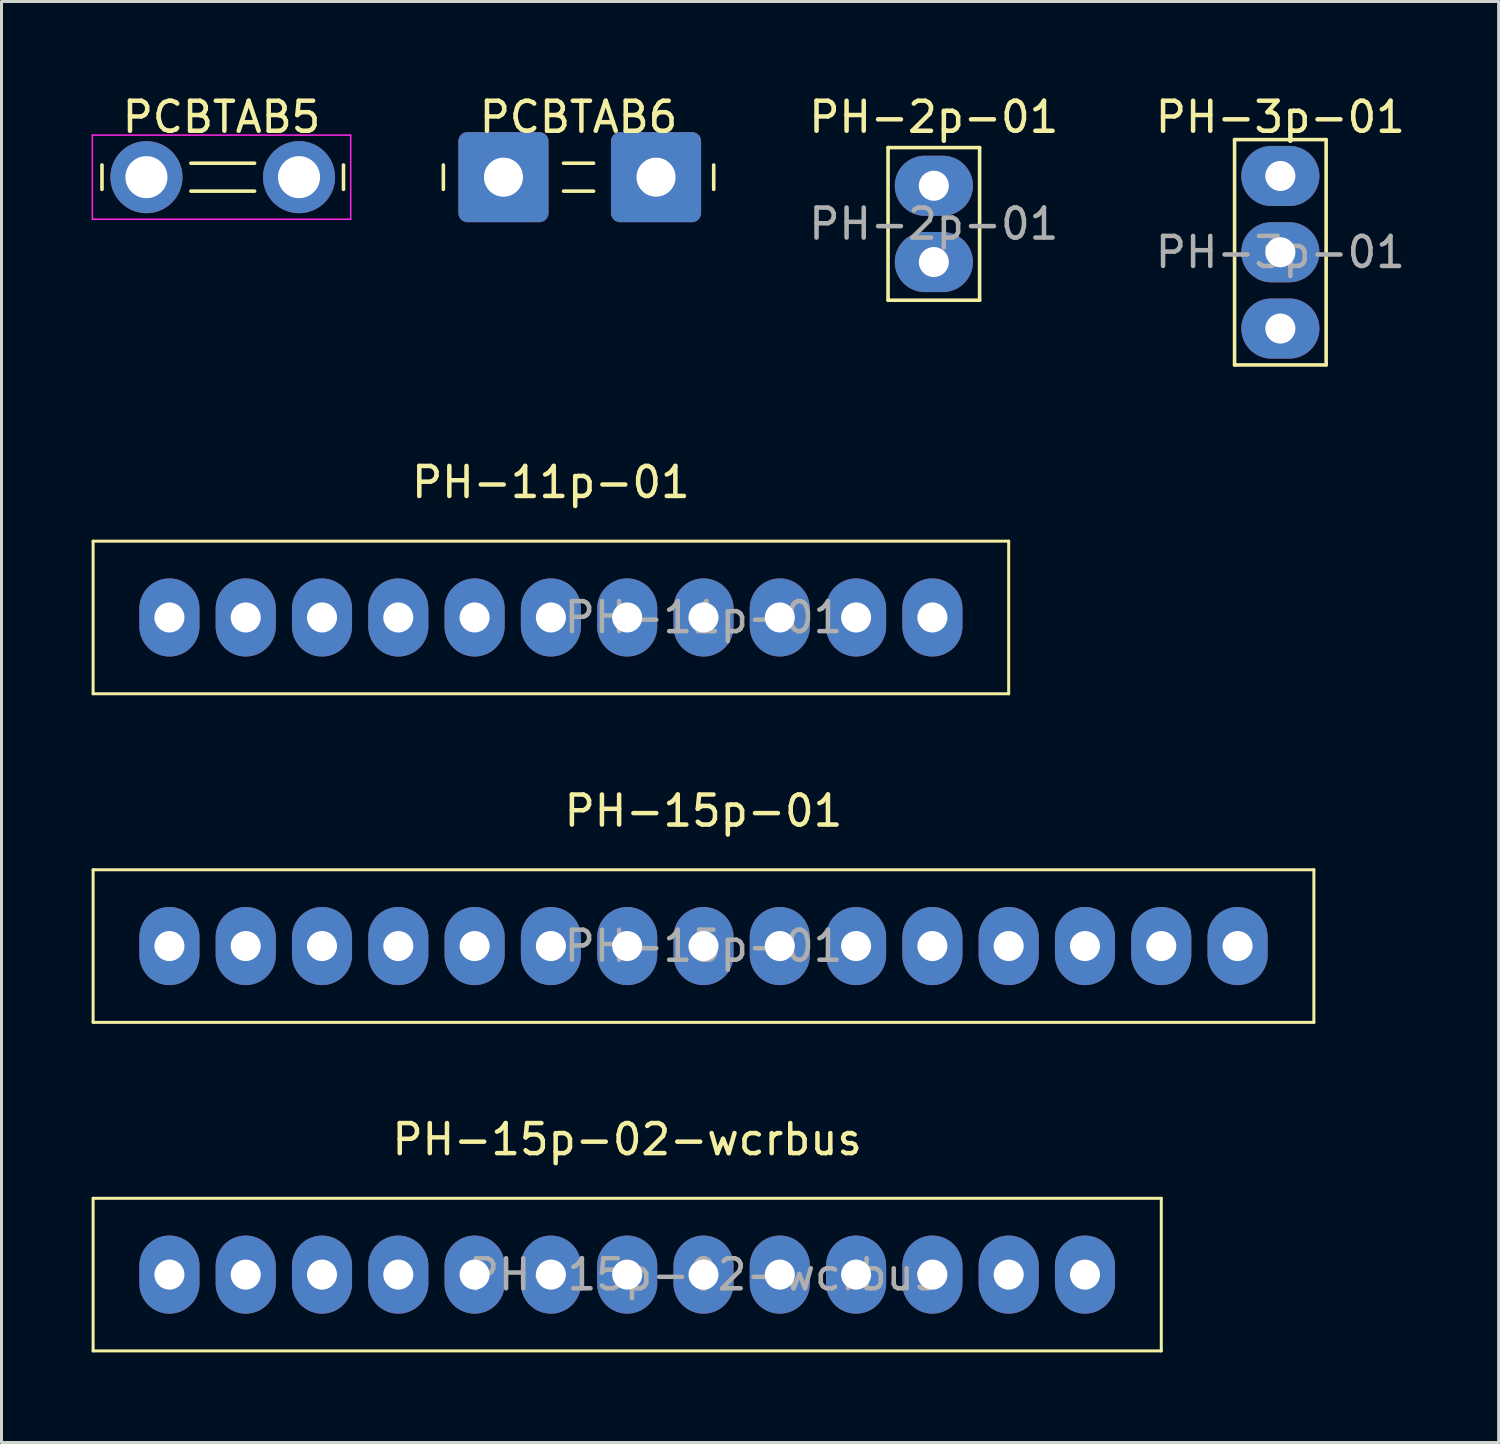
<source format=kicad_pcb>
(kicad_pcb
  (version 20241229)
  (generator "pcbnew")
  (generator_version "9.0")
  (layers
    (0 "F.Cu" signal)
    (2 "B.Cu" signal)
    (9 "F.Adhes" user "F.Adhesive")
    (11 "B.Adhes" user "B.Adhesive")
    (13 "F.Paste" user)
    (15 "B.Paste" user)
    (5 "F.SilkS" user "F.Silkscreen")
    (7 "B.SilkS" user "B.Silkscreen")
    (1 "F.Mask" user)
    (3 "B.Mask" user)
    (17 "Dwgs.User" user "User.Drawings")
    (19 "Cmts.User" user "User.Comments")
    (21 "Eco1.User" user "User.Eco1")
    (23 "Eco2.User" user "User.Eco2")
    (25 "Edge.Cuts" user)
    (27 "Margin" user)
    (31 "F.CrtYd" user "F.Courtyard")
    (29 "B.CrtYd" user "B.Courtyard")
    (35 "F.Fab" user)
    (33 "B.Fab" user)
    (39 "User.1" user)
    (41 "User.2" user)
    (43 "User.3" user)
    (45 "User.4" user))
  (footprint "PH-11p-01"
    (layer "F.Cu")
    (at 15.29 17.506)
    (property "Reference" "PH-11p-01" (at 0 -4.5 0) (layer "F.SilkS") (effects (font (size 1 1) (thickness 0.15))))
    (attr through_hole)
    (fp_line (start -15.24 -2.54) (end 15.24 -2.54) (stroke (width 0.1) (type default)) (layer "F.SilkS"))
    (fp_line (start -15.24 2.54) (end -15.24 -2.54) (stroke (width 0.1) (type default)) (layer "F.SilkS"))
    (fp_line (start 15.24 -2.54) (end 15.24 2.54) (stroke (width 0.1) (type default)) (layer "F.SilkS"))
    (fp_line (start 15.24 2.54) (end -15.24 2.54) (stroke (width 0.1) (type default)) (layer "F.SilkS"))
    (fp_text user "${REFERENCE}" (at 5.08 0 180) (layer "F.Fab") (effects (font (size 1 1) (thickness 0.15))))
    (pad "1" thru_hole oval (at -12.7 0 90) (size 2.6 2) (drill 1) (layers "*.Cu" "*.Mask"))
    (pad "2" thru_hole oval (at -10.16 0 90) (size 2.6 2) (drill 1) (layers "*.Cu" "*.Mask"))
    (pad "3" thru_hole oval (at -7.62 0 90) (size 2.6 2) (drill 1) (layers "*.Cu" "*.Mask"))
    (pad "4" thru_hole oval (at -5.08 0 90) (size 2.6 2) (drill 1) (layers "*.Cu" "*.Mask"))
    (pad "5" thru_hole oval (at -2.54 0 90) (size 2.6 2) (drill 1) (layers "*.Cu" "*.Mask"))
    (pad "6" thru_hole oval (at 0 0 90) (size 2.6 2) (drill 1) (layers "*.Cu" "*.Mask"))
    (pad "7" thru_hole oval (at 2.54 0 90) (size 2.6 2) (drill 1) (layers "*.Cu" "*.Mask"))
    (pad "8" thru_hole oval (at 5.08 0 90) (size 2.6 2) (drill 1) (layers "*.Cu" "*.Mask"))
    (pad "9" thru_hole oval (at 7.62 0 90) (size 2.6 2) (drill 1) (layers "*.Cu" "*.Mask"))
    (pad "10" thru_hole oval (at 10.16 0 90) (size 2.6 2) (drill 1) (layers "*.Cu" "*.Mask"))
    (pad "11" thru_hole oval (at 12.7 0 90) (size 2.6 2) (drill 1) (layers "*.Cu" "*.Mask")))
  (footprint "PH-15p-02-wcrbus"
    (layer "F.Cu")
    (at 17.83 39.383)
    (property "Reference" "PH-15p-02-wcrbus" (at 0 -4.5 0) (layer "F.SilkS") (effects (font (size 1 1) (thickness 0.15))))
    (attr through_hole)
    (fp_line (start -17.78 -2.54) (end 17.78 -2.54) (stroke (width 0.1) (type default)) (layer "F.SilkS"))
    (fp_line (start -17.78 2.54) (end -17.78 -2.54) (stroke (width 0.1) (type default)) (layer "F.SilkS"))
    (fp_line (start 17.78 -2.54) (end 17.78 2.54) (stroke (width 0.1) (type default)) (layer "F.SilkS"))
    (fp_line (start 17.78 2.54) (end -17.78 2.54) (stroke (width 0.1) (type default)) (layer "F.SilkS"))
    (fp_text user "${REFERENCE}" (at 2.54 0 180) (layer "F.Fab") (effects (font (size 1 1) (thickness 0.15))))
    (pad "1" thru_hole oval (at -15.24 0 90) (size 2.6 2) (drill 1) (layers "*.Cu" "*.Mask"))
    (pad "2" thru_hole oval (at -12.7 0 90) (size 2.6 2) (drill 1) (layers "*.Cu" "*.Mask"))
    (pad "3" thru_hole oval (at -10.16 0 90) (size 2.6 2) (drill 1) (layers "*.Cu" "*.Mask"))
    (pad "4" thru_hole oval (at -7.62 0 90) (size 2.6 2) (drill 1) (layers "*.Cu" "*.Mask"))
    (pad "5" thru_hole oval (at -5.08 0 90) (size 2.6 2) (drill 1) (layers "*.Cu" "*.Mask"))
    (pad "8" thru_hole oval (at -2.54 0 90) (size 2.6 2) (drill 1) (layers "*.Cu" "*.Mask"))
    (pad "13" thru_hole oval (at 0 0 90) (size 2.6 2) (drill 1) (layers "*.Cu" "*.Mask"))
    (pad "14" thru_hole oval (at 2.54 0 90) (size 2.6 2) (drill 1) (layers "*.Cu" "*.Mask"))
    (pad "15" thru_hole oval (at 5.08 0 90) (size 2.6 2) (drill 1) (layers "*.Cu" "*.Mask"))
    (pad "17" thru_hole oval (at 7.62 0 90) (size 2.6 2) (drill 1) (layers "*.Cu" "*.Mask"))
    (pad "18" thru_hole oval (at 10.16 0 90) (size 2.6 2) (drill 1) (layers "*.Cu" "*.Mask"))
    (pad "20" thru_hole oval (at 12.7 0 90) (size 2.6 2) (drill 1) (layers "*.Cu" "*.Mask"))
    (pad "21" thru_hole oval (at 15.24 0 90) (size 2.6 2) (drill 1) (layers "*.Cu" "*.Mask")))
  (footprint "PCBTAB5"
    (layer "F.Cu")
    (at 1.825 2.848)
    (property "Reference" "PCBTAB5" (at 2.5 -2 0) (layer "F.SilkS") (effects (font (size 1 1) (thickness 0.15))))
    (attr through_hole)
    (fp_line (start -1.48 -0.405) (end -1.48 0.405) (stroke (width 0.12) (type solid)) (layer "F.SilkS"))
    (fp_line (start 1.48 0.465) (end 3.6 0.465) (stroke (width 0.12) (type solid)) (layer "F.SilkS"))
    (fp_line (start 3.6 -0.465) (end 1.48 -0.465) (stroke (width 0.12) (type solid)) (layer "F.SilkS"))
    (fp_line (start 6.56 -0.405) (end 6.56 0.405) (stroke (width 0.12) (type solid)) (layer "F.SilkS"))
    (fp_line (start -1.8 -1.4) (end -1.8 1.4) (stroke (width 0.05) (type solid)) (layer "F.CrtYd"))
    (fp_line (start -1.8 -1.4) (end 6.8 -1.4) (stroke (width 0.05) (type solid)) (layer "F.CrtYd"))
    (fp_line (start -1.8 1.4) (end 6.8 1.4) (stroke (width 0.05) (type solid)) (layer "F.CrtYd"))
    (fp_line (start 6.8 -1.4) (end 6.8 1.4) (stroke (width 0.05) (type solid)) (layer "F.CrtYd"))
    (pad "1" thru_hole circle (at 0 0) (size 2.4 2.4) (drill 1.4) (layers "*.Cu" "*.Mask"))
    (pad "1" thru_hole circle (at 5.08 0) (size 2.4 2.4) (drill 1.4) (layers "*.Cu" "*.Mask")))
  (footprint "PCBTAB6"
    (layer "F.Cu")
    (at 16.21 2.848)
    (property "Reference" "PCBTAB6" (at 0 -2 0) (layer "F.SilkS") (effects (font (size 1 1) (thickness 0.15))))
    (attr through_hole)
    (fp_line (start -4.5 -0.405) (end -4.5 0.405) (stroke (width 0.12) (type solid)) (layer "F.SilkS"))
    (fp_line (start -0.5 0.465) (end 0.5 0.465) (stroke (width 0.12) (type solid)) (layer "F.SilkS"))
    (fp_line (start 0.5 -0.465) (end -0.5 -0.465) (stroke (width 0.12) (type solid)) (layer "F.SilkS"))
    (fp_line (start 4.5 -0.405) (end 4.5 0.405) (stroke (width 0.12) (type solid)) (layer "F.SilkS"))
    (pad "1" thru_hole roundrect (at -2.5 0) (size 3 3) (drill 1.3) (layers "*.Cu" "*.Mask") (roundrect_rratio 0.1))
    (pad "1" thru_hole roundrect (at 2.58 0) (size 3 3) (drill 1.3) (layers "*.Cu" "*.Mask") (roundrect_rratio 0.1)))
  (footprint "PH-2p-01"
    (layer "F.Cu")
    (at 28.038 4.404)
    (property "Reference" "PH-2p-01" (at 0 -3.556 0) (layer "F.SilkS") (effects (font (size 1 1) (thickness 0.15))))
    (attr through_hole)
    (fp_line (start -1.524 -2.54) (end -1.524 2.54) (stroke (width 0.12) (type default)) (layer "F.SilkS"))
    (fp_line (start -1.524 -2.54) (end 1.524 -2.54) (stroke (width 0.12) (type solid)) (layer "F.SilkS"))
    (fp_line (start -1.524 2.54) (end 1.524 2.54) (stroke (width 0.12) (type solid)) (layer "F.SilkS"))
    (fp_line (start 1.524 -2.54) (end 1.524 2.54) (stroke (width 0.12) (type default)) (layer "F.SilkS"))
    (fp_text user "${REFERENCE}" (at 0 0 180) (layer "F.Fab") (effects (font (size 1 1) (thickness 0.15))))
    (pad "1" thru_hole oval (at 0 -1.27) (size 2.6 2) (drill 1) (layers "*.Cu" "*.Mask"))
    (pad "2" thru_hole oval (at 0 1.27) (size 2.6 2) (drill 1) (layers "*.Cu" "*.Mask")))
  (footprint "PH-3p-01"
    (layer "F.Cu")
    (at 39.574 5.348)
    (property "Reference" "PH-3p-01" (at 0 -4.5 0) (layer "F.SilkS") (effects (font (size 1 1) (thickness 0.15))))
    (attr through_hole)
    (fp_line (start -1.524 -3.75) (end -1.524 3.75) (stroke (width 0.12) (type default)) (layer "F.SilkS"))
    (fp_line (start -1.524 -3.75) (end 1.524 -3.75) (stroke (width 0.12) (type solid)) (layer "F.SilkS"))
    (fp_line (start -1.524 3.75) (end 1.524 3.75) (stroke (width 0.12) (type solid)) (layer "F.SilkS"))
    (fp_line (start 1.524 -3.75) (end 1.524 3.75) (stroke (width 0.12) (type default)) (layer "F.SilkS"))
    (fp_text user "${REFERENCE}" (at 0 0 180) (layer "F.Fab") (effects (font (size 1 1) (thickness 0.15))))
    (pad "1" thru_hole oval (at 0 -2.54) (size 2.6 2) (drill 1) (layers "*.Cu" "*.Mask"))
    (pad "2" thru_hole oval (at 0 0) (size 2.6 2) (drill 1) (layers "*.Cu" "*.Mask"))
    (pad "3" thru_hole oval (at 0 2.54) (size 2.6 2) (drill 1) (layers "*.Cu" "*.Mask")))
  (footprint "PH-15p-01"
    (layer "F.Cu")
    (at 20.37 28.445)
    (property "Reference" "PH-15p-01" (at 0 -4.5 0) (layer "F.SilkS") (effects (font (size 1 1) (thickness 0.15))))
    (attr through_hole)
    (fp_line (start -20.32 -2.54) (end 20.32 -2.54) (stroke (width 0.1) (type default)) (layer "F.SilkS"))
    (fp_line (start -20.32 2.54) (end -20.32 -2.54) (stroke (width 0.1) (type default)) (layer "F.SilkS"))
    (fp_line (start 20.32 -2.54) (end 20.32 2.54) (stroke (width 0.1) (type default)) (layer "F.SilkS"))
    (fp_line (start 20.32 2.54) (end -20.32 2.54) (stroke (width 0.1) (type default)) (layer "F.SilkS"))
    (fp_text user "${REFERENCE}" (at 0 0 180) (layer "F.Fab") (effects (font (size 1 1) (thickness 0.15))))
    (pad "1" thru_hole oval (at -17.78 0 90) (size 2.6 2) (drill 1) (layers "*.Cu" "*.Mask"))
    (pad "2" thru_hole oval (at -15.24 0 90) (size 2.6 2) (drill 1) (layers "*.Cu" "*.Mask"))
    (pad "3" thru_hole oval (at -12.7 0 90) (size 2.6 2) (drill 1) (layers "*.Cu" "*.Mask"))
    (pad "4" thru_hole oval (at -10.16 0 90) (size 2.6 2) (drill 1) (layers "*.Cu" "*.Mask"))
    (pad "5" thru_hole oval (at -7.62 0 90) (size 2.6 2) (drill 1) (layers "*.Cu" "*.Mask"))
    (pad "6" thru_hole oval (at -5.08 0 90) (size 2.6 2) (drill 1) (layers "*.Cu" "*.Mask"))
    (pad "7" thru_hole oval (at -2.54 0 90) (size 2.6 2) (drill 1) (layers "*.Cu" "*.Mask"))
    (pad "8" thru_hole oval (at 0 0 90) (size 2.6 2) (drill 1) (layers "*.Cu" "*.Mask"))
    (pad "9" thru_hole oval (at 2.54 0 90) (size 2.6 2) (drill 1) (layers "*.Cu" "*.Mask"))
    (pad "10" thru_hole oval (at 5.08 0 90) (size 2.6 2) (drill 1) (layers "*.Cu" "*.Mask"))
    (pad "11" thru_hole oval (at 7.62 0 90) (size 2.6 2) (drill 1) (layers "*.Cu" "*.Mask"))
    (pad "12" thru_hole oval (at 10.16 0 90) (size 2.6 2) (drill 1) (layers "*.Cu" "*.Mask"))
    (pad "13" thru_hole oval (at 12.7 0 90) (size 2.6 2) (drill 1) (layers "*.Cu" "*.Mask"))
    (pad "14" thru_hole oval (at 15.24 0 90) (size 2.6 2) (drill 1) (layers "*.Cu" "*.Mask"))
    (pad "15" thru_hole oval (at 17.78 0 90) (size 2.6 2) (drill 1) (layers "*.Cu" "*.Mask")))
  (gr_rect
    (start -3 -3)
    (end 46.841 44.973)
    (stroke (width 0.1) (type default))
    (fill no)
    (layer "Edge.Cuts")))
</source>
